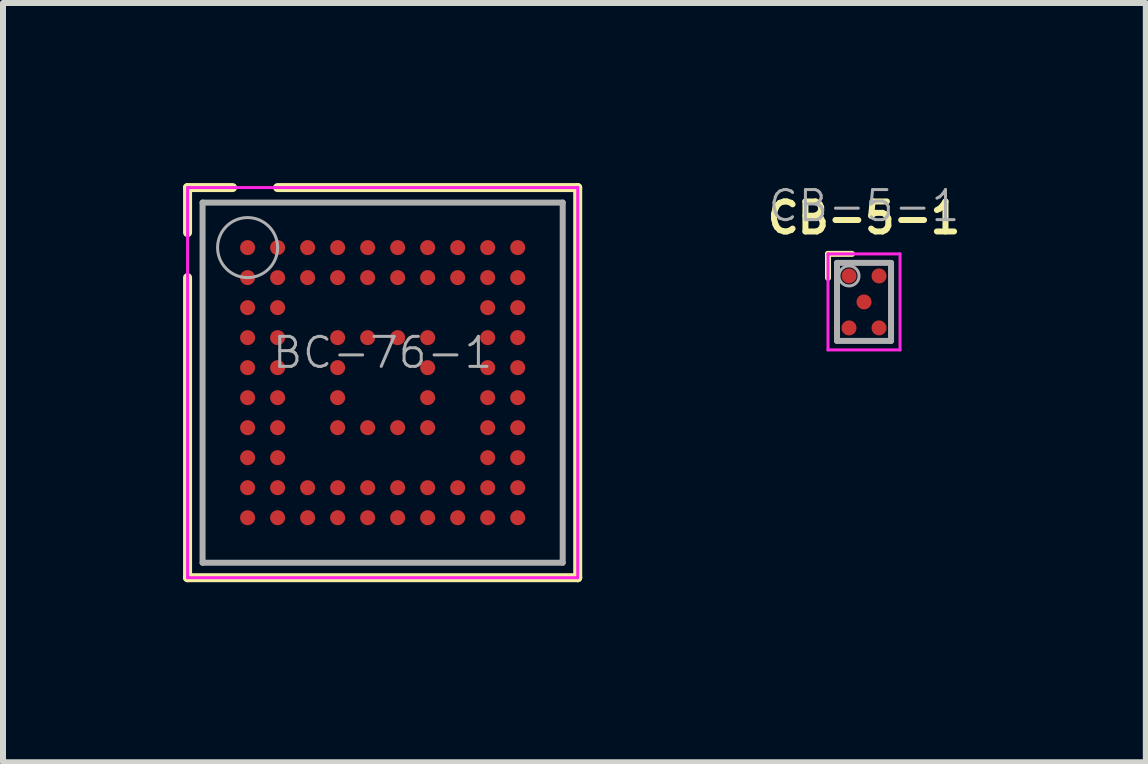
<source format=kicad_pcb>
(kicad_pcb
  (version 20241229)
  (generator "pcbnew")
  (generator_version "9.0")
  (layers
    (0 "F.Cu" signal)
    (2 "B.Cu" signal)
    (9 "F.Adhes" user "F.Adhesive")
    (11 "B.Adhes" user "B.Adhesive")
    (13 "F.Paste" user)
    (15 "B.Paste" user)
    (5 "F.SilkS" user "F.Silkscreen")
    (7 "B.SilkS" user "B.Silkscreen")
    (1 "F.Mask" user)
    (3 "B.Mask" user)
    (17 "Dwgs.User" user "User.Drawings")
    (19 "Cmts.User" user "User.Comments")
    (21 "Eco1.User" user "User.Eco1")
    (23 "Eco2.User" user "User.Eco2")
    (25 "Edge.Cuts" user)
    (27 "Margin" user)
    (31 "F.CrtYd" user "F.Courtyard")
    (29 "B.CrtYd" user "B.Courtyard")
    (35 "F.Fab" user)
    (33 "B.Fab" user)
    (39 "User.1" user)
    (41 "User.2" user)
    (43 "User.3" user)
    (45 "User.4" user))
  (footprint "BC-76-1"
    (layer "F.Cu")
    (at 3.325 3.325)
    (property "Reference" "BC-76-1" (at 0 -0.5 0) (layer "F.Fab") (effects (font (size 0.5 0.5) (thickness 0.05))))
    (attr smd)
    (fp_line (start -3.25 -3.25) (end -2.5 -3.25) (stroke (width 0.15) (type solid)) (layer "F.SilkS"))
    (fp_line (start -3.25 -2.5) (end -3.25 -3.25) (stroke (width 0.15) (type solid)) (layer "F.SilkS"))
    (fp_line (start -3.25 3.25) (end -3.25 -1.75) (stroke (width 0.15) (type solid)) (layer "F.SilkS"))
    (fp_line (start -1.75 -3.25) (end 3.25 -3.25) (stroke (width 0.15) (type solid)) (layer "F.SilkS"))
    (fp_line (start 3.25 -3.25) (end 3.25 3.25) (stroke (width 0.15) (type solid)) (layer "F.SilkS"))
    (fp_line (start 3.25 3.25) (end -3.25 3.25) (stroke (width 0.15) (type solid)) (layer "F.SilkS"))
    (fp_line (start -3.25 -3.25) (end 3.25 -3.25) (stroke (width 0.05) (type solid)) (layer "F.CrtYd"))
    (fp_line (start -3.25 3.25) (end -3.25 -3.25) (stroke (width 0.05) (type solid)) (layer "F.CrtYd"))
    (fp_line (start 3.25 -3.25) (end 3.25 3.25) (stroke (width 0.05) (type solid)) (layer "F.CrtYd"))
    (fp_line (start 3.25 3.25) (end -3.25 3.25) (stroke (width 0.05) (type solid)) (layer "F.CrtYd"))
    (fp_line (start -3 -3) (end -3 3) (stroke (width 0.1) (type solid)) (layer "F.Fab"))
    (fp_line (start -3 3) (end 3 3) (stroke (width 0.1) (type solid)) (layer "F.Fab"))
    (fp_line (start 3 -3) (end -3 -3) (stroke (width 0.1) (type solid)) (layer "F.Fab"))
    (fp_line (start 3 3) (end 3 -3) (stroke (width 0.1) (type solid)) (layer "F.Fab"))
    (fp_circle (center -2.25 -2.25) (end -2.25 -2.75) (stroke (width 0.05) (type solid)) (fill no) (layer "F.Fab"))
    (pad "" smd rect (at 2.25 -1.75) (size 0.25 0.25) (layers "F.Paste"))
    (pad "A1" smd circle (at -2.25 -2.25) (size 0.25 0.25) (layers "F.Cu" "F.Mask" "F.Paste"))
    (pad "A2" smd circle (at -1.75 -2.25) (size 0.25 0.25) (layers "F.Cu" "F.Mask" "F.Paste"))
    (pad "A3" smd circle (at -1.25 -2.25) (size 0.25 0.25) (layers "F.Cu" "F.Mask" "F.Paste"))
    (pad "A4" smd circle (at -0.75 -2.25) (size 0.25 0.25) (layers "F.Cu" "F.Mask" "F.Paste"))
    (pad "A5" smd circle (at -0.25 -2.25) (size 0.25 0.25) (layers "F.Cu" "F.Mask" "F.Paste"))
    (pad "A6" smd circle (at 0.25 -2.25) (size 0.25 0.25) (layers "F.Cu" "F.Mask" "F.Paste"))
    (pad "A7" smd circle (at 0.75 -2.25) (size 0.25 0.25) (layers "F.Cu" "F.Mask" "F.Paste"))
    (pad "A8" smd circle (at 1.25 -2.25) (size 0.25 0.25) (layers "F.Cu" "F.Mask" "F.Paste"))
    (pad "A9" smd circle (at 1.75 -2.25) (size 0.25 0.25) (layers "F.Cu" "F.Mask" "F.Paste"))
    (pad "A10" smd circle (at 2.25 -2.25) (size 0.25 0.25) (layers "F.Cu" "F.Mask" "F.Paste"))
    (pad "B1" smd circle (at -2.25 -1.75) (size 0.25 0.25) (layers "F.Cu" "F.Mask" "F.Paste"))
    (pad "B2" smd circle (at -1.75 -1.75) (size 0.25 0.25) (layers "F.Cu" "F.Mask" "F.Paste"))
    (pad "B3" smd circle (at -1.25 -1.75) (size 0.25 0.25) (layers "F.Cu" "F.Mask" "F.Paste"))
    (pad "B4" smd circle (at -0.75 -1.75) (size 0.25 0.25) (layers "F.Cu" "F.Mask" "F.Paste"))
    (pad "B5" smd circle (at -0.25 -1.75) (size 0.25 0.25) (layers "F.Cu" "F.Mask" "F.Paste"))
    (pad "B6" smd circle (at 0.25 -1.75) (size 0.25 0.25) (layers "F.Cu" "F.Mask" "F.Paste"))
    (pad "B7" smd circle (at 0.75 -1.75) (size 0.25 0.25) (layers "F.Cu" "F.Mask" "F.Paste"))
    (pad "B8" smd circle (at 1.25 -1.75) (size 0.25 0.25) (layers "F.Cu" "F.Mask" "F.Paste"))
    (pad "B9" smd circle (at 1.75 -1.75) (size 0.25 0.25) (layers "F.Cu" "F.Mask" "F.Paste"))
    (pad "B10" smd circle (at 2.25 -1.75) (size 0.25 0.25) (layers "F.Cu" "F.Mask" "F.Paste"))
    (pad "C1" smd circle (at -2.25 -1.25) (size 0.25 0.25) (layers "F.Cu" "F.Mask" "F.Paste"))
    (pad "C2" smd circle (at -1.75 -1.25) (size 0.25 0.25) (layers "F.Cu" "F.Mask" "F.Paste"))
    (pad "C9" smd circle (at 1.75 -1.25) (size 0.25 0.25) (layers "F.Cu" "F.Mask" "F.Paste"))
    (pad "C10" smd circle (at 2.25 -1.25) (size 0.25 0.25) (layers "F.Cu" "F.Mask" "F.Paste"))
    (pad "D1" smd circle (at -2.25 -0.75) (size 0.25 0.25) (layers "F.Cu" "F.Mask" "F.Paste"))
    (pad "D2" smd circle (at -1.75 -0.75) (size 0.25 0.25) (layers "F.Cu" "F.Mask" "F.Paste"))
    (pad "D4" smd circle (at -0.75 -0.75) (size 0.25 0.25) (layers "F.Cu" "F.Mask" "F.Paste"))
    (pad "D5" smd circle (at -0.25 -0.75) (size 0.25 0.25) (layers "F.Cu" "F.Mask" "F.Paste"))
    (pad "D6" smd circle (at 0.25 -0.75) (size 0.25 0.25) (layers "F.Cu" "F.Mask" "F.Paste"))
    (pad "D7" smd circle (at 0.75 -0.75) (size 0.25 0.25) (layers "F.Cu" "F.Mask" "F.Paste"))
    (pad "D9" smd circle (at 1.75 -0.75) (size 0.25 0.25) (layers "F.Cu" "F.Mask" "F.Paste"))
    (pad "D10" smd circle (at 2.25 -0.75) (size 0.25 0.25) (layers "F.Cu" "F.Mask" "F.Paste"))
    (pad "E1" smd circle (at -2.25 -0.25) (size 0.25 0.25) (layers "F.Cu" "F.Mask" "F.Paste"))
    (pad "E2" smd circle (at -1.75 -0.25) (size 0.25 0.25) (layers "F.Cu" "F.Mask" "F.Paste"))
    (pad "E4" smd circle (at -0.75 -0.25) (size 0.25 0.25) (layers "F.Cu" "F.Mask" "F.Paste"))
    (pad "E7" smd circle (at 0.75 -0.25) (size 0.25 0.25) (layers "F.Cu" "F.Mask" "F.Paste"))
    (pad "E9" smd circle (at 1.75 -0.25) (size 0.25 0.25) (layers "F.Cu" "F.Mask" "F.Paste"))
    (pad "E10" smd circle (at 2.25 -0.25) (size 0.25 0.25) (layers "F.Cu" "F.Mask" "F.Paste"))
    (pad "F1" smd circle (at -2.25 0.25) (size 0.25 0.25) (layers "F.Cu" "F.Mask" "F.Paste"))
    (pad "F2" smd circle (at -1.75 0.25) (size 0.25 0.25) (layers "F.Cu" "F.Mask" "F.Paste"))
    (pad "F4" smd circle (at -0.75 0.25) (size 0.25 0.25) (layers "F.Cu" "F.Mask" "F.Paste"))
    (pad "F7" smd circle (at 0.75 0.25) (size 0.25 0.25) (layers "F.Cu" "F.Mask" "F.Paste"))
    (pad "F9" smd circle (at 1.75 0.25) (size 0.25 0.25) (layers "F.Cu" "F.Mask" "F.Paste"))
    (pad "F10" smd circle (at 2.25 0.25) (size 0.25 0.25) (layers "F.Cu" "F.Mask" "F.Paste"))
    (pad "G1" smd circle (at -2.25 0.75) (size 0.25 0.25) (layers "F.Cu" "F.Mask" "F.Paste"))
    (pad "G2" smd circle (at -1.75 0.75) (size 0.25 0.25) (layers "F.Cu" "F.Mask" "F.Paste"))
    (pad "G4" smd circle (at -0.75 0.75) (size 0.25 0.25) (layers "F.Cu" "F.Mask" "F.Paste"))
    (pad "G5" smd circle (at -0.25 0.75) (size 0.25 0.25) (layers "F.Cu" "F.Mask" "F.Paste"))
    (pad "G6" smd circle (at 0.25 0.75) (size 0.25 0.25) (layers "F.Cu" "F.Mask" "F.Paste"))
    (pad "G7" smd circle (at 0.75 0.75) (size 0.25 0.25) (layers "F.Cu" "F.Mask" "F.Paste"))
    (pad "G9" smd circle (at 1.75 0.75) (size 0.25 0.25) (layers "F.Cu" "F.Mask" "F.Paste"))
    (pad "G10" smd circle (at 2.25 0.75) (size 0.25 0.25) (layers "F.Cu" "F.Mask" "F.Paste"))
    (pad "H1" smd circle (at -2.25 1.25) (size 0.25 0.25) (layers "F.Cu" "F.Mask" "F.Paste"))
    (pad "H2" smd circle (at -1.75 1.25) (size 0.25 0.25) (layers "F.Cu" "F.Mask" "F.Paste"))
    (pad "H9" smd circle (at 1.75 1.25) (size 0.25 0.25) (layers "F.Cu" "F.Mask" "F.Paste"))
    (pad "H10" smd circle (at 2.25 1.25) (size 0.25 0.25) (layers "F.Cu" "F.Mask" "F.Paste"))
    (pad "J1" smd circle (at -2.25 1.75) (size 0.25 0.25) (layers "F.Cu" "F.Mask" "F.Paste"))
    (pad "J2" smd circle (at -1.75 1.75) (size 0.25 0.25) (layers "F.Cu" "F.Mask" "F.Paste"))
    (pad "J3" smd circle (at -1.25 1.75) (size 0.25 0.25) (layers "F.Cu" "F.Mask" "F.Paste"))
    (pad "J4" smd circle (at -0.75 1.75) (size 0.25 0.25) (layers "F.Cu" "F.Mask" "F.Paste"))
    (pad "J5" smd circle (at -0.25 1.75) (size 0.25 0.25) (layers "F.Cu" "F.Mask" "F.Paste"))
    (pad "J6" smd circle (at 0.25 1.75) (size 0.25 0.25) (layers "F.Cu" "F.Mask" "F.Paste"))
    (pad "J7" smd circle (at 0.75 1.75) (size 0.25 0.25) (layers "F.Cu" "F.Mask" "F.Paste"))
    (pad "J8" smd circle (at 1.25 1.75) (size 0.25 0.25) (layers "F.Cu" "F.Mask" "F.Paste"))
    (pad "J9" smd circle (at 1.75 1.75) (size 0.25 0.25) (layers "F.Cu" "F.Mask" "F.Paste"))
    (pad "J10" smd circle (at 2.25 1.75) (size 0.25 0.25) (layers "F.Cu" "F.Mask" "F.Paste"))
    (pad "K1" smd circle (at -2.25 2.25) (size 0.25 0.25) (layers "F.Cu" "F.Mask" "F.Paste"))
    (pad "K2" smd circle (at -1.75 2.25) (size 0.25 0.25) (layers "F.Cu" "F.Mask" "F.Paste"))
    (pad "K3" smd circle (at -1.25 2.25) (size 0.25 0.25) (layers "F.Cu" "F.Mask" "F.Paste"))
    (pad "K4" smd circle (at -0.75 2.25) (size 0.25 0.25) (layers "F.Cu" "F.Mask" "F.Paste"))
    (pad "K5" smd circle (at -0.25 2.25) (size 0.25 0.25) (layers "F.Cu" "F.Mask" "F.Paste"))
    (pad "K6" smd circle (at 0.25 2.25) (size 0.25 0.25) (layers "F.Cu" "F.Mask" "F.Paste"))
    (pad "K7" smd circle (at 0.75 2.25) (size 0.25 0.25) (layers "F.Cu" "F.Mask" "F.Paste"))
    (pad "K8" smd circle (at 1.25 2.25) (size 0.25 0.25) (layers "F.Cu" "F.Mask" "F.Paste"))
    (pad "K9" smd circle (at 1.75 2.25) (size 0.25 0.25) (layers "F.Cu" "F.Mask" "F.Paste"))
    (pad "K10" smd circle (at 2.25 2.25) (size 0.25 0.25) (layers "F.Cu" "F.Mask" "F.Paste")))
  (footprint "CB-5-1"
    (layer "F.Cu")
    (at 11.345 1.98)
    (property "Reference" "CB-5-1" (at 0 -1.6 0) (layer "F.Fab") (effects (font (size 0.5 0.5) (thickness 0.05))))
    (attr smd)
    (fp_line (start -0.6 -0.8) (end -0.2 -0.8) (stroke (width 0.1) (type solid)) (layer "F.SilkS"))
    (fp_line (start -0.6 -0.4) (end -0.6 -0.8) (stroke (width 0.1) (type solid)) (layer "F.SilkS"))
    (fp_line (start -0.6 -0.8) (end 0.6 -0.8) (stroke (width 0.05) (type solid)) (layer "F.CrtYd"))
    (fp_line (start -0.6 0.8) (end -0.6 -0.8) (stroke (width 0.05) (type solid)) (layer "F.CrtYd"))
    (fp_line (start 0.6 -0.8) (end 0.6 0.8) (stroke (width 0.05) (type solid)) (layer "F.CrtYd"))
    (fp_line (start 0.6 0.8) (end -0.6 0.8) (stroke (width 0.05) (type solid)) (layer "F.CrtYd"))
    (fp_line (start -0.45 -0.65) (end -0.45 0.65) (stroke (width 0.1) (type solid)) (layer "F.Fab"))
    (fp_line (start -0.45 0.65) (end 0.45 0.65) (stroke (width 0.1) (type solid)) (layer "F.Fab"))
    (fp_line (start 0.45 -0.65) (end -0.45 -0.65) (stroke (width 0.1) (type solid)) (layer "F.Fab"))
    (fp_line (start 0.45 0.65) (end 0.45 -0.65) (stroke (width 0.1) (type solid)) (layer "F.Fab"))
    (fp_circle (center -0.25 -0.433) (end -0.25 -0.6) (stroke (width 0.05) (type solid)) (fill no) (layer "F.Fab"))
    (fp_text user "${REFERENCE}" (at 0 -1.4 0) (layer "F.SilkS") (effects (font (size 0.5 0.5) (thickness 0.1))))
    (pad "A1" smd circle (at -0.25 -0.433) (size 0.25 0.25) (layers "F.Cu" "F.Mask" "F.Paste"))
    (pad "A2" smd circle (at 0.25 -0.433) (size 0.25 0.25) (layers "F.Cu" "F.Mask" "F.Paste"))
    (pad "B1" smd circle (at 0 0) (size 0.25 0.25) (layers "F.Cu" "F.Mask" "F.Paste"))
    (pad "C1" smd circle (at -0.25 0.433) (size 0.25 0.25) (layers "F.Cu" "F.Mask" "F.Paste"))
    (pad "C2" smd circle (at 0.25 0.433) (size 0.25 0.25) (layers "F.Cu" "F.Mask" "F.Paste")))
  (gr_rect
    (start -3 -3)
    (end 16.04 9.65)
    (stroke (width 0.1) (type default))
    (fill no)
    (layer "Edge.Cuts")))
</source>
